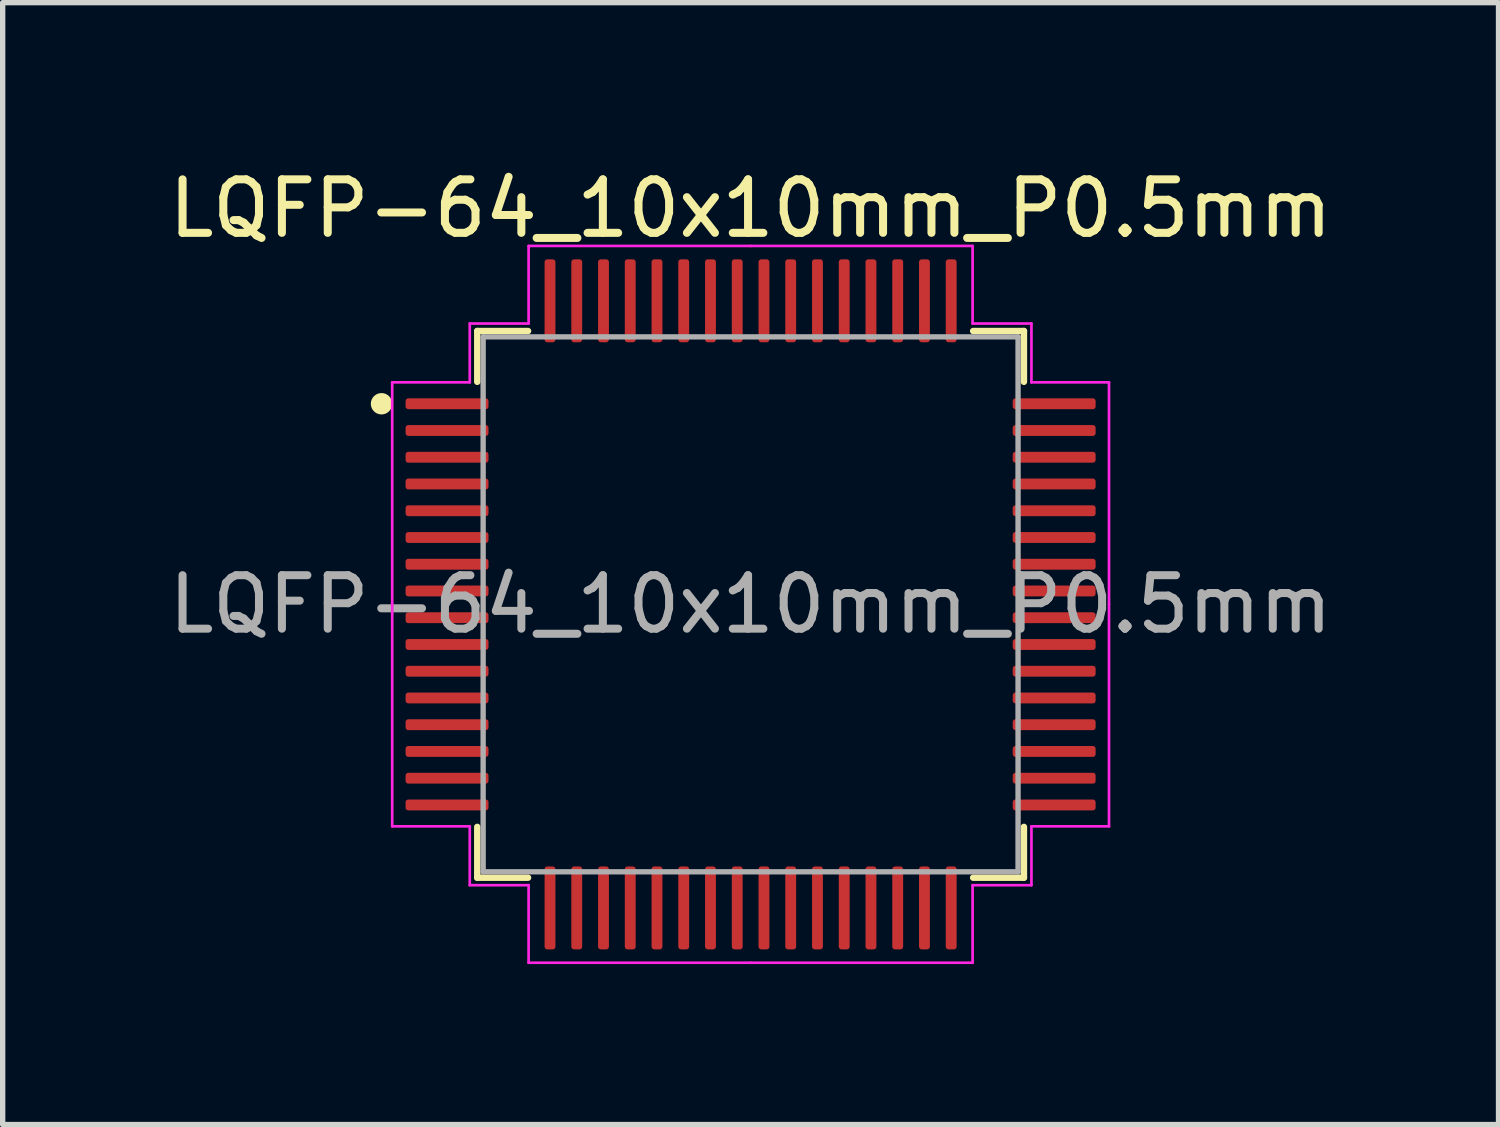
<source format=kicad_pcb>
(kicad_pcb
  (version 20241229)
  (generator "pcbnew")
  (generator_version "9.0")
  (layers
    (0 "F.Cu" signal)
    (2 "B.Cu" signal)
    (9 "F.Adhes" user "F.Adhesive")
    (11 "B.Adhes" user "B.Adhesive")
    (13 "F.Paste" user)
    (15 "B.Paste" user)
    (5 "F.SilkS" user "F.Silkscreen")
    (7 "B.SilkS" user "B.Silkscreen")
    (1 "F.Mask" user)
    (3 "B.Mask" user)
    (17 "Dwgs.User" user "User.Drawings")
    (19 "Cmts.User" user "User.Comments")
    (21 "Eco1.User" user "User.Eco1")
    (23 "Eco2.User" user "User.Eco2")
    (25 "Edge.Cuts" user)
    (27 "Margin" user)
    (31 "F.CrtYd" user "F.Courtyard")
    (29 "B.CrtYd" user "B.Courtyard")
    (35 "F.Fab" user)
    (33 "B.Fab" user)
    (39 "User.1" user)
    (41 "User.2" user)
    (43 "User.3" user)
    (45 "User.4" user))
  (footprint "LQFP-64_10x10mm_P0.5mm"
    (layer "F.Cu")
    (at 10.982 8.248)
    (property "Reference" "LQFP-64_10x10mm_P0.5mm" (at 0 -7.4 0) (layer "F.SilkS") (effects (font (size 1 1) (thickness 0.15))))
    (attr smd)
    (fp_line (start -5.11 -5.11) (end -5.11 -4.16) (stroke (width 0.12) (type solid)) (layer "F.SilkS"))
    (fp_line (start -5.11 5.11) (end -5.11 4.16) (stroke (width 0.12) (type solid)) (layer "F.SilkS"))
    (fp_line (start -4.16 -5.11) (end -5.11 -5.11) (stroke (width 0.12) (type solid)) (layer "F.SilkS"))
    (fp_line (start -4.16 5.11) (end -5.11 5.11) (stroke (width 0.12) (type solid)) (layer "F.SilkS"))
    (fp_line (start 4.16 -5.11) (end 5.11 -5.11) (stroke (width 0.12) (type solid)) (layer "F.SilkS"))
    (fp_line (start 4.16 5.11) (end 5.11 5.11) (stroke (width 0.12) (type solid)) (layer "F.SilkS"))
    (fp_line (start 5.11 -5.11) (end 5.11 -4.16) (stroke (width 0.12) (type solid)) (layer "F.SilkS"))
    (fp_line (start 5.11 5.11) (end 5.11 4.16) (stroke (width 0.12) (type solid)) (layer "F.SilkS"))
    (fp_circle (center -6.9 -3.75) (end -6.8 -3.75) (stroke (width 0.2) (type default)) (fill no) (layer "F.SilkS"))
    (fp_line (start -6.7 -4.15) (end -6.7 0) (stroke (width 0.05) (type solid)) (layer "F.CrtYd"))
    (fp_line (start -6.7 4.15) (end -6.7 0) (stroke (width 0.05) (type solid)) (layer "F.CrtYd"))
    (fp_line (start -5.25 -5.25) (end -5.25 -4.15) (stroke (width 0.05) (type solid)) (layer "F.CrtYd"))
    (fp_line (start -5.25 -4.15) (end -6.7 -4.15) (stroke (width 0.05) (type solid)) (layer "F.CrtYd"))
    (fp_line (start -5.25 4.15) (end -6.7 4.15) (stroke (width 0.05) (type solid)) (layer "F.CrtYd"))
    (fp_line (start -5.25 5.25) (end -5.25 4.15) (stroke (width 0.05) (type solid)) (layer "F.CrtYd"))
    (fp_line (start -4.15 -6.7) (end -4.15 -5.25) (stroke (width 0.05) (type solid)) (layer "F.CrtYd"))
    (fp_line (start -4.15 -5.25) (end -5.25 -5.25) (stroke (width 0.05) (type solid)) (layer "F.CrtYd"))
    (fp_line (start -4.15 5.25) (end -5.25 5.25) (stroke (width 0.05) (type solid)) (layer "F.CrtYd"))
    (fp_line (start -4.15 6.7) (end -4.15 5.25) (stroke (width 0.05) (type solid)) (layer "F.CrtYd"))
    (fp_line (start 0 -6.7) (end -4.15 -6.7) (stroke (width 0.05) (type solid)) (layer "F.CrtYd"))
    (fp_line (start 0 -6.7) (end 4.15 -6.7) (stroke (width 0.05) (type solid)) (layer "F.CrtYd"))
    (fp_line (start 0 6.7) (end -4.15 6.7) (stroke (width 0.05) (type solid)) (layer "F.CrtYd"))
    (fp_line (start 0 6.7) (end 4.15 6.7) (stroke (width 0.05) (type solid)) (layer "F.CrtYd"))
    (fp_line (start 4.15 -6.7) (end 4.15 -5.25) (stroke (width 0.05) (type solid)) (layer "F.CrtYd"))
    (fp_line (start 4.15 -5.25) (end 5.25 -5.25) (stroke (width 0.05) (type solid)) (layer "F.CrtYd"))
    (fp_line (start 4.15 5.25) (end 5.25 5.25) (stroke (width 0.05) (type solid)) (layer "F.CrtYd"))
    (fp_line (start 4.15 6.7) (end 4.15 5.25) (stroke (width 0.05) (type solid)) (layer "F.CrtYd"))
    (fp_line (start 5.25 -5.25) (end 5.25 -4.15) (stroke (width 0.05) (type solid)) (layer "F.CrtYd"))
    (fp_line (start 5.25 -4.15) (end 6.7 -4.15) (stroke (width 0.05) (type solid)) (layer "F.CrtYd"))
    (fp_line (start 5.25 4.15) (end 6.7 4.15) (stroke (width 0.05) (type solid)) (layer "F.CrtYd"))
    (fp_line (start 5.25 5.25) (end 5.25 4.15) (stroke (width 0.05) (type solid)) (layer "F.CrtYd"))
    (fp_line (start 6.7 -4.15) (end 6.7 0) (stroke (width 0.05) (type solid)) (layer "F.CrtYd"))
    (fp_line (start 6.7 4.15) (end 6.7 0) (stroke (width 0.05) (type solid)) (layer "F.CrtYd"))
    (fp_line (start -5 -5) (end 5 -5) (stroke (width 0.1) (type solid)) (layer "F.Fab"))
    (fp_line (start -5 5) (end -5 -5) (stroke (width 0.1) (type solid)) (layer "F.Fab"))
    (fp_line (start 5 -5) (end 5 5) (stroke (width 0.1) (type solid)) (layer "F.Fab"))
    (fp_line (start 5 5) (end -5 5) (stroke (width 0.1) (type solid)) (layer "F.Fab"))
    (fp_text user "${REFERENCE}" (at 0 0 0) (layer "F.Fab") (effects (font (size 1 1) (thickness 0.15))))
    (pad "1" smd roundrect (at -5.675 -3.75) (size 1.55 0.203) (layers "F.Cu" "F.Mask" "F.Paste") (roundrect_rratio 0.25))
    (pad "2" smd roundrect (at -5.675 -3.25) (size 1.55 0.203) (layers "F.Cu" "F.Mask" "F.Paste") (roundrect_rratio 0.25))
    (pad "3" smd roundrect (at -5.675 -2.75) (size 1.55 0.203) (layers "F.Cu" "F.Mask" "F.Paste") (roundrect_rratio 0.25))
    (pad "4" smd roundrect (at -5.675 -2.25) (size 1.55 0.203) (layers "F.Cu" "F.Mask" "F.Paste") (roundrect_rratio 0.25))
    (pad "5" smd roundrect (at -5.675 -1.75) (size 1.55 0.203) (layers "F.Cu" "F.Mask" "F.Paste") (roundrect_rratio 0.25))
    (pad "6" smd roundrect (at -5.675 -1.25) (size 1.55 0.203) (layers "F.Cu" "F.Mask" "F.Paste") (roundrect_rratio 0.25))
    (pad "7" smd roundrect (at -5.675 -0.75) (size 1.55 0.203) (layers "F.Cu" "F.Mask" "F.Paste") (roundrect_rratio 0.25))
    (pad "8" smd roundrect (at -5.675 -0.25) (size 1.55 0.203) (layers "F.Cu" "F.Mask" "F.Paste") (roundrect_rratio 0.25))
    (pad "9" smd roundrect (at -5.675 0.25) (size 1.55 0.203) (layers "F.Cu" "F.Mask" "F.Paste") (roundrect_rratio 0.25))
    (pad "10" smd roundrect (at -5.675 0.75) (size 1.55 0.203) (layers "F.Cu" "F.Mask" "F.Paste") (roundrect_rratio 0.25))
    (pad "11" smd roundrect (at -5.675 1.25) (size 1.55 0.203) (layers "F.Cu" "F.Mask" "F.Paste") (roundrect_rratio 0.25))
    (pad "12" smd roundrect (at -5.675 1.75) (size 1.55 0.203) (layers "F.Cu" "F.Mask" "F.Paste") (roundrect_rratio 0.25))
    (pad "13" smd roundrect (at -5.675 2.25) (size 1.55 0.203) (layers "F.Cu" "F.Mask" "F.Paste") (roundrect_rratio 0.25))
    (pad "14" smd roundrect (at -5.675 2.75) (size 1.55 0.203) (layers "F.Cu" "F.Mask" "F.Paste") (roundrect_rratio 0.25))
    (pad "15" smd roundrect (at -5.675 3.25) (size 1.55 0.203) (layers "F.Cu" "F.Mask" "F.Paste") (roundrect_rratio 0.25))
    (pad "16" smd roundrect (at -5.675 3.75) (size 1.55 0.203) (layers "F.Cu" "F.Mask" "F.Paste") (roundrect_rratio 0.25))
    (pad "17" smd roundrect (at -3.75 5.675) (size 0.203 1.55) (layers "F.Cu" "F.Mask" "F.Paste") (roundrect_rratio 0.25))
    (pad "18" smd roundrect (at -3.25 5.675) (size 0.203 1.55) (layers "F.Cu" "F.Mask" "F.Paste") (roundrect_rratio 0.25))
    (pad "19" smd roundrect (at -2.75 5.675) (size 0.203 1.55) (layers "F.Cu" "F.Mask" "F.Paste") (roundrect_rratio 0.25))
    (pad "20" smd roundrect (at -2.25 5.675) (size 0.203 1.55) (layers "F.Cu" "F.Mask" "F.Paste") (roundrect_rratio 0.25))
    (pad "21" smd roundrect (at -1.75 5.675) (size 0.203 1.55) (layers "F.Cu" "F.Mask" "F.Paste") (roundrect_rratio 0.25))
    (pad "22" smd roundrect (at -1.25 5.675) (size 0.203 1.55) (layers "F.Cu" "F.Mask" "F.Paste") (roundrect_rratio 0.25))
    (pad "23" smd roundrect (at -0.75 5.675) (size 0.203 1.55) (layers "F.Cu" "F.Mask" "F.Paste") (roundrect_rratio 0.25))
    (pad "24" smd roundrect (at -0.25 5.675) (size 0.203 1.55) (layers "F.Cu" "F.Mask" "F.Paste") (roundrect_rratio 0.25))
    (pad "25" smd roundrect (at 0.25 5.675) (size 0.203 1.55) (layers "F.Cu" "F.Mask" "F.Paste") (roundrect_rratio 0.25))
    (pad "26" smd roundrect (at 0.75 5.675) (size 0.203 1.55) (layers "F.Cu" "F.Mask" "F.Paste") (roundrect_rratio 0.25))
    (pad "27" smd roundrect (at 1.25 5.675) (size 0.203 1.55) (layers "F.Cu" "F.Mask" "F.Paste") (roundrect_rratio 0.25))
    (pad "28" smd roundrect (at 1.75 5.675) (size 0.203 1.55) (layers "F.Cu" "F.Mask" "F.Paste") (roundrect_rratio 0.25))
    (pad "29" smd roundrect (at 2.25 5.675) (size 0.203 1.55) (layers "F.Cu" "F.Mask" "F.Paste") (roundrect_rratio 0.25))
    (pad "30" smd roundrect (at 2.75 5.675) (size 0.203 1.55) (layers "F.Cu" "F.Mask" "F.Paste") (roundrect_rratio 0.25))
    (pad "31" smd roundrect (at 3.25 5.675) (size 0.203 1.55) (layers "F.Cu" "F.Mask" "F.Paste") (roundrect_rratio 0.25))
    (pad "32" smd roundrect (at 3.75 5.675) (size 0.203 1.55) (layers "F.Cu" "F.Mask" "F.Paste") (roundrect_rratio 0.25))
    (pad "33" smd roundrect (at 5.675 3.75) (size 1.55 0.203) (layers "F.Cu" "F.Mask" "F.Paste") (roundrect_rratio 0.25))
    (pad "34" smd roundrect (at 5.675 3.25) (size 1.55 0.203) (layers "F.Cu" "F.Mask" "F.Paste") (roundrect_rratio 0.25))
    (pad "35" smd roundrect (at 5.675 2.75) (size 1.55 0.203) (layers "F.Cu" "F.Mask" "F.Paste") (roundrect_rratio 0.25))
    (pad "36" smd roundrect (at 5.675 2.25) (size 1.55 0.203) (layers "F.Cu" "F.Mask" "F.Paste") (roundrect_rratio 0.25))
    (pad "37" smd roundrect (at 5.675 1.75) (size 1.55 0.203) (layers "F.Cu" "F.Mask" "F.Paste") (roundrect_rratio 0.25))
    (pad "38" smd roundrect (at 5.675 1.25) (size 1.55 0.203) (layers "F.Cu" "F.Mask" "F.Paste") (roundrect_rratio 0.25))
    (pad "39" smd roundrect (at 5.675 0.75) (size 1.55 0.203) (layers "F.Cu" "F.Mask" "F.Paste") (roundrect_rratio 0.25))
    (pad "40" smd roundrect (at 5.675 0.25) (size 1.55 0.203) (layers "F.Cu" "F.Mask" "F.Paste") (roundrect_rratio 0.25))
    (pad "41" smd roundrect (at 5.675 -0.25) (size 1.55 0.203) (layers "F.Cu" "F.Mask" "F.Paste") (roundrect_rratio 0.25))
    (pad "42" smd roundrect (at 5.675 -0.75) (size 1.55 0.203) (layers "F.Cu" "F.Mask" "F.Paste") (roundrect_rratio 0.25))
    (pad "43" smd roundrect (at 5.675 -1.25) (size 1.55 0.203) (layers "F.Cu" "F.Mask" "F.Paste") (roundrect_rratio 0.25))
    (pad "44" smd roundrect (at 5.675 -1.75) (size 1.55 0.203) (layers "F.Cu" "F.Mask" "F.Paste") (roundrect_rratio 0.25))
    (pad "45" smd roundrect (at 5.675 -2.25) (size 1.55 0.203) (layers "F.Cu" "F.Mask" "F.Paste") (roundrect_rratio 0.25))
    (pad "46" smd roundrect (at 5.675 -2.75) (size 1.55 0.203) (layers "F.Cu" "F.Mask" "F.Paste") (roundrect_rratio 0.25))
    (pad "47" smd roundrect (at 5.675 -3.25) (size 1.55 0.203) (layers "F.Cu" "F.Mask" "F.Paste") (roundrect_rratio 0.25))
    (pad "48" smd roundrect (at 5.675 -3.75) (size 1.55 0.203) (layers "F.Cu" "F.Mask" "F.Paste") (roundrect_rratio 0.25))
    (pad "49" smd roundrect (at 3.75 -5.675) (size 0.203 1.55) (layers "F.Cu" "F.Mask" "F.Paste") (roundrect_rratio 0.25))
    (pad "50" smd roundrect (at 3.25 -5.675) (size 0.203 1.55) (layers "F.Cu" "F.Mask" "F.Paste") (roundrect_rratio 0.25))
    (pad "51" smd roundrect (at 2.75 -5.675) (size 0.203 1.55) (layers "F.Cu" "F.Mask" "F.Paste") (roundrect_rratio 0.25))
    (pad "52" smd roundrect (at 2.25 -5.675) (size 0.203 1.55) (layers "F.Cu" "F.Mask" "F.Paste") (roundrect_rratio 0.25))
    (pad "53" smd roundrect (at 1.75 -5.675) (size 0.203 1.55) (layers "F.Cu" "F.Mask" "F.Paste") (roundrect_rratio 0.25))
    (pad "54" smd roundrect (at 1.25 -5.675) (size 0.203 1.55) (layers "F.Cu" "F.Mask" "F.Paste") (roundrect_rratio 0.25))
    (pad "55" smd roundrect (at 0.75 -5.675) (size 0.203 1.55) (layers "F.Cu" "F.Mask" "F.Paste") (roundrect_rratio 0.25))
    (pad "56" smd roundrect (at 0.25 -5.675) (size 0.203 1.55) (layers "F.Cu" "F.Mask" "F.Paste") (roundrect_rratio 0.25))
    (pad "57" smd roundrect (at -0.25 -5.675) (size 0.203 1.55) (layers "F.Cu" "F.Mask" "F.Paste") (roundrect_rratio 0.25))
    (pad "58" smd roundrect (at -0.75 -5.675) (size 0.203 1.55) (layers "F.Cu" "F.Mask" "F.Paste") (roundrect_rratio 0.25))
    (pad "59" smd roundrect (at -1.25 -5.675) (size 0.203 1.55) (layers "F.Cu" "F.Mask" "F.Paste") (roundrect_rratio 0.25))
    (pad "60" smd roundrect (at -1.75 -5.675) (size 0.203 1.55) (layers "F.Cu" "F.Mask" "F.Paste") (roundrect_rratio 0.25))
    (pad "61" smd roundrect (at -2.25 -5.675) (size 0.203 1.55) (layers "F.Cu" "F.Mask" "F.Paste") (roundrect_rratio 0.25))
    (pad "62" smd roundrect (at -2.75 -5.675) (size 0.203 1.55) (layers "F.Cu" "F.Mask" "F.Paste") (roundrect_rratio 0.25))
    (pad "63" smd roundrect (at -3.25 -5.675) (size 0.203 1.55) (layers "F.Cu" "F.Mask" "F.Paste") (roundrect_rratio 0.25))
    (pad "64" smd roundrect (at -3.75 -5.675) (size 0.203 1.55) (layers "F.Cu" "F.Mask" "F.Paste") (roundrect_rratio 0.25)))
  (gr_rect
    (start -3 -3)
    (end 24.964 17.973)
    (stroke (width 0.1) (type default))
    (fill no)
    (layer "Edge.Cuts")))
</source>
